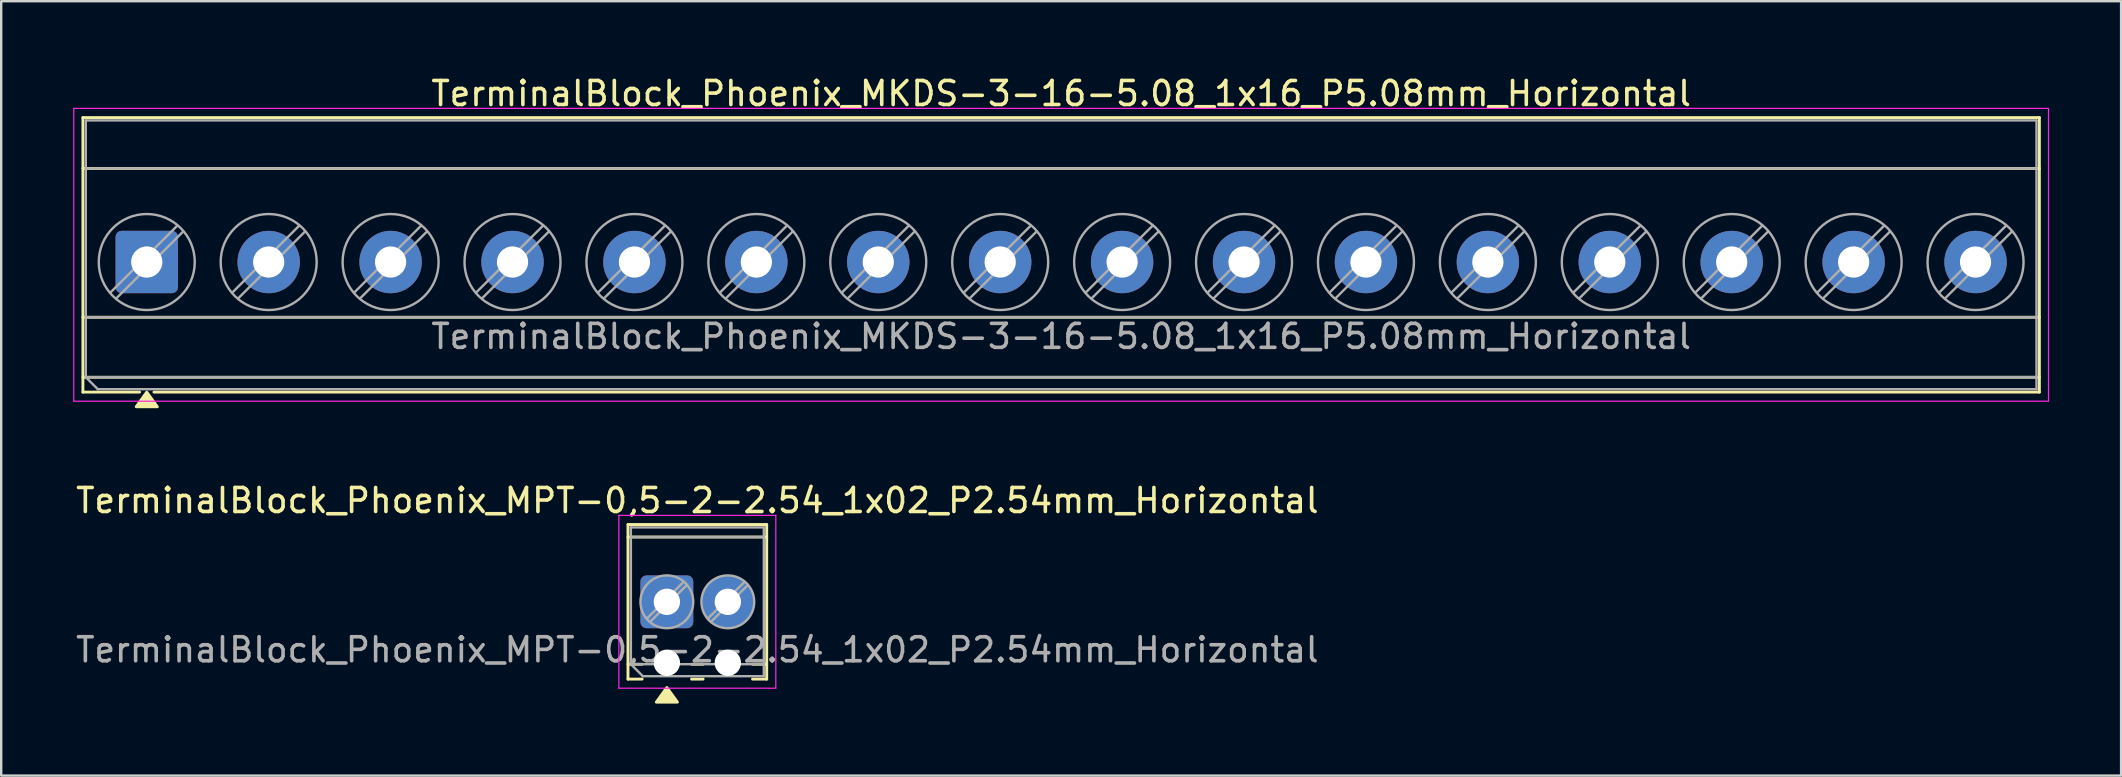
<source format=kicad_pcb>
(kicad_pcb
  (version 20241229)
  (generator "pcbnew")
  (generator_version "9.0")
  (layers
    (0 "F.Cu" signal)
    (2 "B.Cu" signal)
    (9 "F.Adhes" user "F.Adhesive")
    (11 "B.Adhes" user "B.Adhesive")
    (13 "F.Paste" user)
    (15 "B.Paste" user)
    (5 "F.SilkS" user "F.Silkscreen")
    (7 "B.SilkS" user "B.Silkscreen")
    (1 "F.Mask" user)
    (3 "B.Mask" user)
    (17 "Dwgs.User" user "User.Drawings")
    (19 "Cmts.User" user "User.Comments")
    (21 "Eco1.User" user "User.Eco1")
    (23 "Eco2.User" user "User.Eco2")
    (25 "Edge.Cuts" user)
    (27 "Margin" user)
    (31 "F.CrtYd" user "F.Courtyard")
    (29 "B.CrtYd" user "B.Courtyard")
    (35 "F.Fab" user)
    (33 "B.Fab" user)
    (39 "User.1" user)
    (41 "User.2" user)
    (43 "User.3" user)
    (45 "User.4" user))
  (footprint "TerminalBlock_Phoenix_MPT-0,5-2-2.54_1x02_P2.54mm_Horizontal"
    (layer "F.Cu")
    (at 24.736 22.026)
    (property "Reference" "TerminalBlock_Phoenix_MPT-0,5-2-2.54_1x02_P2.54mm_Horizontal" (at 1.27 -4.22 0) (layer "F.SilkS") (effects (font (size 1 1) (thickness 0.15))))
    (attr through_hole)
    (fp_line (start -1.62 -3.22) (end 4.16 -3.22) (stroke (width 0.12) (type solid)) (layer "F.SilkS"))
    (fp_line (start -1.62 -2.7) (end 4.16 -2.7) (stroke (width 0.12) (type solid)) (layer "F.SilkS"))
    (fp_line (start -1.62 2.6) (end -1.03 2.6) (stroke (width 0.12) (type solid)) (layer "F.SilkS"))
    (fp_line (start -1.62 3.22) (end -1.62 -3.22) (stroke (width 0.12) (type solid)) (layer "F.SilkS"))
    (fp_line (start -1.03 3.22) (end -1.62 3.22) (stroke (width 0.12) (type solid)) (layer "F.SilkS"))
    (fp_line (start 1.03 2.6) (end 1.51 2.6) (stroke (width 0.12) (type solid)) (layer "F.SilkS"))
    (fp_line (start 1.51 3.22) (end 1.03 3.22) (stroke (width 0.12) (type solid)) (layer "F.SilkS"))
    (fp_line (start 3.57 2.6) (end 4.16 2.6) (stroke (width 0.12) (type solid)) (layer "F.SilkS"))
    (fp_line (start 4.16 -3.22) (end 4.16 3.22) (stroke (width 0.12) (type solid)) (layer "F.SilkS"))
    (fp_line (start 4.16 3.22) (end 3.57 3.22) (stroke (width 0.12) (type solid)) (layer "F.SilkS"))
    (fp_poly (pts (xy 0 3.57) (xy 0.44 4.18) (xy -0.44 4.18)) (stroke (width 0.12) (type solid)) (fill yes) (layer "F.SilkS"))
    (fp_line (start -2 -3.6) (end -2 3.6) (stroke (width 0.05) (type solid)) (layer "F.CrtYd"))
    (fp_line (start -2 3.6) (end 4.54 3.6) (stroke (width 0.05) (type solid)) (layer "F.CrtYd"))
    (fp_line (start 4.54 -3.6) (end -2 -3.6) (stroke (width 0.05) (type solid)) (layer "F.CrtYd"))
    (fp_line (start 4.54 3.6) (end 4.54 -3.6) (stroke (width 0.05) (type solid)) (layer "F.CrtYd"))
    (fp_line (start -1.5 -3.1) (end 4.04 -3.1) (stroke (width 0.1) (type solid)) (layer "F.Fab"))
    (fp_line (start -1.5 -2.7) (end 4.04 -2.7) (stroke (width 0.1) (type solid)) (layer "F.Fab"))
    (fp_line (start -1.5 2.6) (end -1.5 -3.1) (stroke (width 0.1) (type solid)) (layer "F.Fab"))
    (fp_line (start -1.5 2.6) (end 4.04 2.6) (stroke (width 0.1) (type solid)) (layer "F.Fab"))
    (fp_line (start -1 3.1) (end -1.5 2.6) (stroke (width 0.1) (type solid)) (layer "F.Fab"))
    (fp_line (start 0.7 -0.834) (end -0.834 0.7) (stroke (width 0.1) (type solid)) (layer "F.Fab"))
    (fp_line (start 0.834 -0.7) (end -0.7 0.834) (stroke (width 0.1) (type solid)) (layer "F.Fab"))
    (fp_line (start 3.24 -0.834) (end 1.706 0.7) (stroke (width 0.1) (type solid)) (layer "F.Fab"))
    (fp_line (start 3.374 -0.7) (end 1.84 0.834) (stroke (width 0.1) (type solid)) (layer "F.Fab"))
    (fp_line (start 4.04 -3.1) (end 4.04 3.1) (stroke (width 0.1) (type solid)) (layer "F.Fab"))
    (fp_line (start 4.04 3.1) (end -1 3.1) (stroke (width 0.1) (type solid)) (layer "F.Fab"))
    (fp_circle (center 0 0) (end 1.1 0) (stroke (width 0.1) (type solid)) (fill no) (layer "F.Fab"))
    (fp_circle (center 2.54 0) (end 3.64 0) (stroke (width 0.1) (type solid)) (fill no) (layer "F.Fab"))
    (fp_text user "${REFERENCE}" (at 1.27 2 0) (layer "F.Fab") (effects (font (size 1 1) (thickness 0.15))))
    (pad "" np_thru_hole circle (at 0 2.54) (size 1.1 1.1) (drill 1.1) (layers "*.Cu" "*.Mask"))
    (pad "" np_thru_hole circle (at 2.54 2.54) (size 1.1 1.1) (drill 1.1) (layers "*.Cu" "*.Mask"))
    (pad "1" thru_hole roundrect (at 0 0) (size 2.2 2.2) (drill 1.1) (layers "*.Cu" "*.Mask") (roundrect_rratio 0.114))
    (pad "2" thru_hole circle (at 2.54 0) (size 2.2 2.2) (drill 1.1) (layers "*.Cu" "*.Mask")))
  (footprint "TerminalBlock_Phoenix_MKDS-3-16-5.08_1x16_P5.08mm_Horizontal"
    (layer "F.Cu")
    (at 3.065 7.868)
    (property "Reference" "TerminalBlock_Phoenix_MKDS-3-16-5.08_1x16_P5.08mm_Horizontal" (at 38.1 -7.02 0) (layer "F.SilkS") (effects (font (size 1 1) (thickness 0.15))))
    (attr through_hole)
    (fp_line (start -2.66 -6.02) (end 78.86 -6.02) (stroke (width 0.12) (type solid)) (layer "F.SilkS"))
    (fp_line (start -2.66 -3.9) (end 78.86 -3.9) (stroke (width 0.12) (type solid)) (layer "F.SilkS"))
    (fp_line (start -2.66 2.3) (end 78.86 2.3) (stroke (width 0.12) (type solid)) (layer "F.SilkS"))
    (fp_line (start -2.66 4.8) (end 78.86 4.8) (stroke (width 0.12) (type solid)) (layer "F.SilkS"))
    (fp_line (start -2.66 5.42) (end -2.66 -6.02) (stroke (width 0.12) (type solid)) (layer "F.SilkS"))
    (fp_line (start -0.3 5.42) (end -2.66 5.42) (stroke (width 0.12) (type solid)) (layer "F.SilkS"))
    (fp_line (start 78.86 -6.02) (end 78.86 5.42) (stroke (width 0.12) (type solid)) (layer "F.SilkS"))
    (fp_line (start 78.86 5.42) (end 0.3 5.42) (stroke (width 0.12) (type solid)) (layer "F.SilkS"))
    (fp_poly (pts (xy 0 5.42) (xy 0.44 6.03) (xy -0.44 6.03)) (stroke (width 0.12) (type solid)) (fill yes) (layer "F.SilkS"))
    (fp_line (start -3.04 -6.4) (end -3.04 5.8) (stroke (width 0.05) (type solid)) (layer "F.CrtYd"))
    (fp_line (start -3.04 5.8) (end 79.24 5.8) (stroke (width 0.05) (type solid)) (layer "F.CrtYd"))
    (fp_line (start 79.24 -6.4) (end -3.04 -6.4) (stroke (width 0.05) (type solid)) (layer "F.CrtYd"))
    (fp_line (start 79.24 5.8) (end 79.24 -6.4) (stroke (width 0.05) (type solid)) (layer "F.CrtYd"))
    (fp_line (start -2.54 -5.9) (end 78.74 -5.9) (stroke (width 0.1) (type solid)) (layer "F.Fab"))
    (fp_line (start -2.54 -3.9) (end 78.74 -3.9) (stroke (width 0.1) (type solid)) (layer "F.Fab"))
    (fp_line (start -2.54 2.3) (end 78.74 2.3) (stroke (width 0.1) (type solid)) (layer "F.Fab"))
    (fp_line (start -2.54 4.8) (end -2.54 -5.9) (stroke (width 0.1) (type solid)) (layer "F.Fab"))
    (fp_line (start -2.54 4.8) (end 78.74 4.8) (stroke (width 0.1) (type solid)) (layer "F.Fab"))
    (fp_line (start -2.04 5.3) (end -2.54 4.8) (stroke (width 0.1) (type solid)) (layer "F.Fab"))
    (fp_line (start 1.273 -1.517) (end -1.517 1.273) (stroke (width 0.1) (type solid)) (layer "F.Fab"))
    (fp_line (start 1.517 -1.273) (end -1.273 1.517) (stroke (width 0.1) (type solid)) (layer "F.Fab"))
    (fp_line (start 6.353 -1.517) (end 3.563 1.273) (stroke (width 0.1) (type solid)) (layer "F.Fab"))
    (fp_line (start 6.597 -1.273) (end 3.807 1.517) (stroke (width 0.1) (type solid)) (layer "F.Fab"))
    (fp_line (start 11.433 -1.517) (end 8.643 1.273) (stroke (width 0.1) (type solid)) (layer "F.Fab"))
    (fp_line (start 11.677 -1.273) (end 8.887 1.517) (stroke (width 0.1) (type solid)) (layer "F.Fab"))
    (fp_line (start 16.513 -1.517) (end 13.723 1.273) (stroke (width 0.1) (type solid)) (layer "F.Fab"))
    (fp_line (start 16.757 -1.273) (end 13.967 1.517) (stroke (width 0.1) (type solid)) (layer "F.Fab"))
    (fp_line (start 21.593 -1.517) (end 18.803 1.273) (stroke (width 0.1) (type solid)) (layer "F.Fab"))
    (fp_line (start 21.837 -1.273) (end 19.047 1.517) (stroke (width 0.1) (type solid)) (layer "F.Fab"))
    (fp_line (start 26.673 -1.517) (end 23.883 1.273) (stroke (width 0.1) (type solid)) (layer "F.Fab"))
    (fp_line (start 26.917 -1.273) (end 24.127 1.517) (stroke (width 0.1) (type solid)) (layer "F.Fab"))
    (fp_line (start 31.753 -1.517) (end 28.963 1.273) (stroke (width 0.1) (type solid)) (layer "F.Fab"))
    (fp_line (start 31.997 -1.273) (end 29.207 1.517) (stroke (width 0.1) (type solid)) (layer "F.Fab"))
    (fp_line (start 36.833 -1.517) (end 34.043 1.273) (stroke (width 0.1) (type solid)) (layer "F.Fab"))
    (fp_line (start 37.077 -1.273) (end 34.287 1.517) (stroke (width 0.1) (type solid)) (layer "F.Fab"))
    (fp_line (start 41.913 -1.517) (end 39.123 1.273) (stroke (width 0.1) (type solid)) (layer "F.Fab"))
    (fp_line (start 42.157 -1.273) (end 39.367 1.517) (stroke (width 0.1) (type solid)) (layer "F.Fab"))
    (fp_line (start 46.993 -1.517) (end 44.203 1.273) (stroke (width 0.1) (type solid)) (layer "F.Fab"))
    (fp_line (start 47.237 -1.273) (end 44.447 1.517) (stroke (width 0.1) (type solid)) (layer "F.Fab"))
    (fp_line (start 52.073 -1.517) (end 49.283 1.273) (stroke (width 0.1) (type solid)) (layer "F.Fab"))
    (fp_line (start 52.317 -1.273) (end 49.527 1.517) (stroke (width 0.1) (type solid)) (layer "F.Fab"))
    (fp_line (start 57.153 -1.517) (end 54.363 1.273) (stroke (width 0.1) (type solid)) (layer "F.Fab"))
    (fp_line (start 57.397 -1.273) (end 54.607 1.517) (stroke (width 0.1) (type solid)) (layer "F.Fab"))
    (fp_line (start 62.233 -1.517) (end 59.443 1.273) (stroke (width 0.1) (type solid)) (layer "F.Fab"))
    (fp_line (start 62.477 -1.273) (end 59.687 1.517) (stroke (width 0.1) (type solid)) (layer "F.Fab"))
    (fp_line (start 67.313 -1.517) (end 64.523 1.273) (stroke (width 0.1) (type solid)) (layer "F.Fab"))
    (fp_line (start 67.557 -1.273) (end 64.767 1.517) (stroke (width 0.1) (type solid)) (layer "F.Fab"))
    (fp_line (start 72.393 -1.517) (end 69.603 1.273) (stroke (width 0.1) (type solid)) (layer "F.Fab"))
    (fp_line (start 72.637 -1.273) (end 69.847 1.517) (stroke (width 0.1) (type solid)) (layer "F.Fab"))
    (fp_line (start 77.473 -1.517) (end 74.683 1.273) (stroke (width 0.1) (type solid)) (layer "F.Fab"))
    (fp_line (start 77.717 -1.273) (end 74.927 1.517) (stroke (width 0.1) (type solid)) (layer "F.Fab"))
    (fp_line (start 78.74 -5.9) (end 78.74 5.3) (stroke (width 0.1) (type solid)) (layer "F.Fab"))
    (fp_line (start 78.74 5.3) (end -2.04 5.3) (stroke (width 0.1) (type solid)) (layer "F.Fab"))
    (fp_circle (center 0 0) (end 2 0) (stroke (width 0.1) (type solid)) (fill no) (layer "F.Fab"))
    (fp_circle (center 5.08 0) (end 7.08 0) (stroke (width 0.1) (type solid)) (fill no) (layer "F.Fab"))
    (fp_circle (center 10.16 0) (end 12.16 0) (stroke (width 0.1) (type solid)) (fill no) (layer "F.Fab"))
    (fp_circle (center 15.24 0) (end 17.24 0) (stroke (width 0.1) (type solid)) (fill no) (layer "F.Fab"))
    (fp_circle (center 20.32 0) (end 22.32 0) (stroke (width 0.1) (type solid)) (fill no) (layer "F.Fab"))
    (fp_circle (center 25.4 0) (end 27.4 0) (stroke (width 0.1) (type solid)) (fill no) (layer "F.Fab"))
    (fp_circle (center 30.48 0) (end 32.48 0) (stroke (width 0.1) (type solid)) (fill no) (layer "F.Fab"))
    (fp_circle (center 35.56 0) (end 37.56 0) (stroke (width 0.1) (type solid)) (fill no) (layer "F.Fab"))
    (fp_circle (center 40.64 0) (end 42.64 0) (stroke (width 0.1) (type solid)) (fill no) (layer "F.Fab"))
    (fp_circle (center 45.72 0) (end 47.72 0) (stroke (width 0.1) (type solid)) (fill no) (layer "F.Fab"))
    (fp_circle (center 50.8 0) (end 52.8 0) (stroke (width 0.1) (type solid)) (fill no) (layer "F.Fab"))
    (fp_circle (center 55.88 0) (end 57.88 0) (stroke (width 0.1) (type solid)) (fill no) (layer "F.Fab"))
    (fp_circle (center 60.96 0) (end 62.96 0) (stroke (width 0.1) (type solid)) (fill no) (layer "F.Fab"))
    (fp_circle (center 66.04 0) (end 68.04 0) (stroke (width 0.1) (type solid)) (fill no) (layer "F.Fab"))
    (fp_circle (center 71.12 0) (end 73.12 0) (stroke (width 0.1) (type solid)) (fill no) (layer "F.Fab"))
    (fp_circle (center 76.2 0) (end 78.2 0) (stroke (width 0.1) (type solid)) (fill no) (layer "F.Fab"))
    (fp_text user "${REFERENCE}" (at 38.1 3.1 0) (layer "F.Fab") (effects (font (size 1 1) (thickness 0.15))))
    (pad "1" thru_hole roundrect (at 0 0) (size 2.6 2.6) (drill 1.3) (layers "*.Cu" "*.Mask") (roundrect_rratio 0.096))
    (pad "2" thru_hole circle (at 5.08 0) (size 2.6 2.6) (drill 1.3) (layers "*.Cu" "*.Mask"))
    (pad "3" thru_hole circle (at 10.16 0) (size 2.6 2.6) (drill 1.3) (layers "*.Cu" "*.Mask"))
    (pad "4" thru_hole circle (at 15.24 0) (size 2.6 2.6) (drill 1.3) (layers "*.Cu" "*.Mask"))
    (pad "5" thru_hole circle (at 20.32 0) (size 2.6 2.6) (drill 1.3) (layers "*.Cu" "*.Mask"))
    (pad "6" thru_hole circle (at 25.4 0) (size 2.6 2.6) (drill 1.3) (layers "*.Cu" "*.Mask"))
    (pad "7" thru_hole circle (at 30.48 0) (size 2.6 2.6) (drill 1.3) (layers "*.Cu" "*.Mask"))
    (pad "8" thru_hole circle (at 35.56 0) (size 2.6 2.6) (drill 1.3) (layers "*.Cu" "*.Mask"))
    (pad "9" thru_hole circle (at 40.64 0) (size 2.6 2.6) (drill 1.3) (layers "*.Cu" "*.Mask"))
    (pad "10" thru_hole circle (at 45.72 0) (size 2.6 2.6) (drill 1.3) (layers "*.Cu" "*.Mask"))
    (pad "11" thru_hole circle (at 50.8 0) (size 2.6 2.6) (drill 1.3) (layers "*.Cu" "*.Mask"))
    (pad "12" thru_hole circle (at 55.88 0) (size 2.6 2.6) (drill 1.3) (layers "*.Cu" "*.Mask"))
    (pad "13" thru_hole circle (at 60.96 0) (size 2.6 2.6) (drill 1.3) (layers "*.Cu" "*.Mask"))
    (pad "14" thru_hole circle (at 66.04 0) (size 2.6 2.6) (drill 1.3) (layers "*.Cu" "*.Mask"))
    (pad "15" thru_hole circle (at 71.12 0) (size 2.6 2.6) (drill 1.3) (layers "*.Cu" "*.Mask"))
    (pad "16" thru_hole circle (at 76.2 0) (size 2.6 2.6) (drill 1.3) (layers "*.Cu" "*.Mask")))
  (gr_rect
    (start -3 -3)
    (end 85.33 29.267)
    (stroke (width 0.1) (type default))
    (fill no)
    (layer "Edge.Cuts")))
</source>
